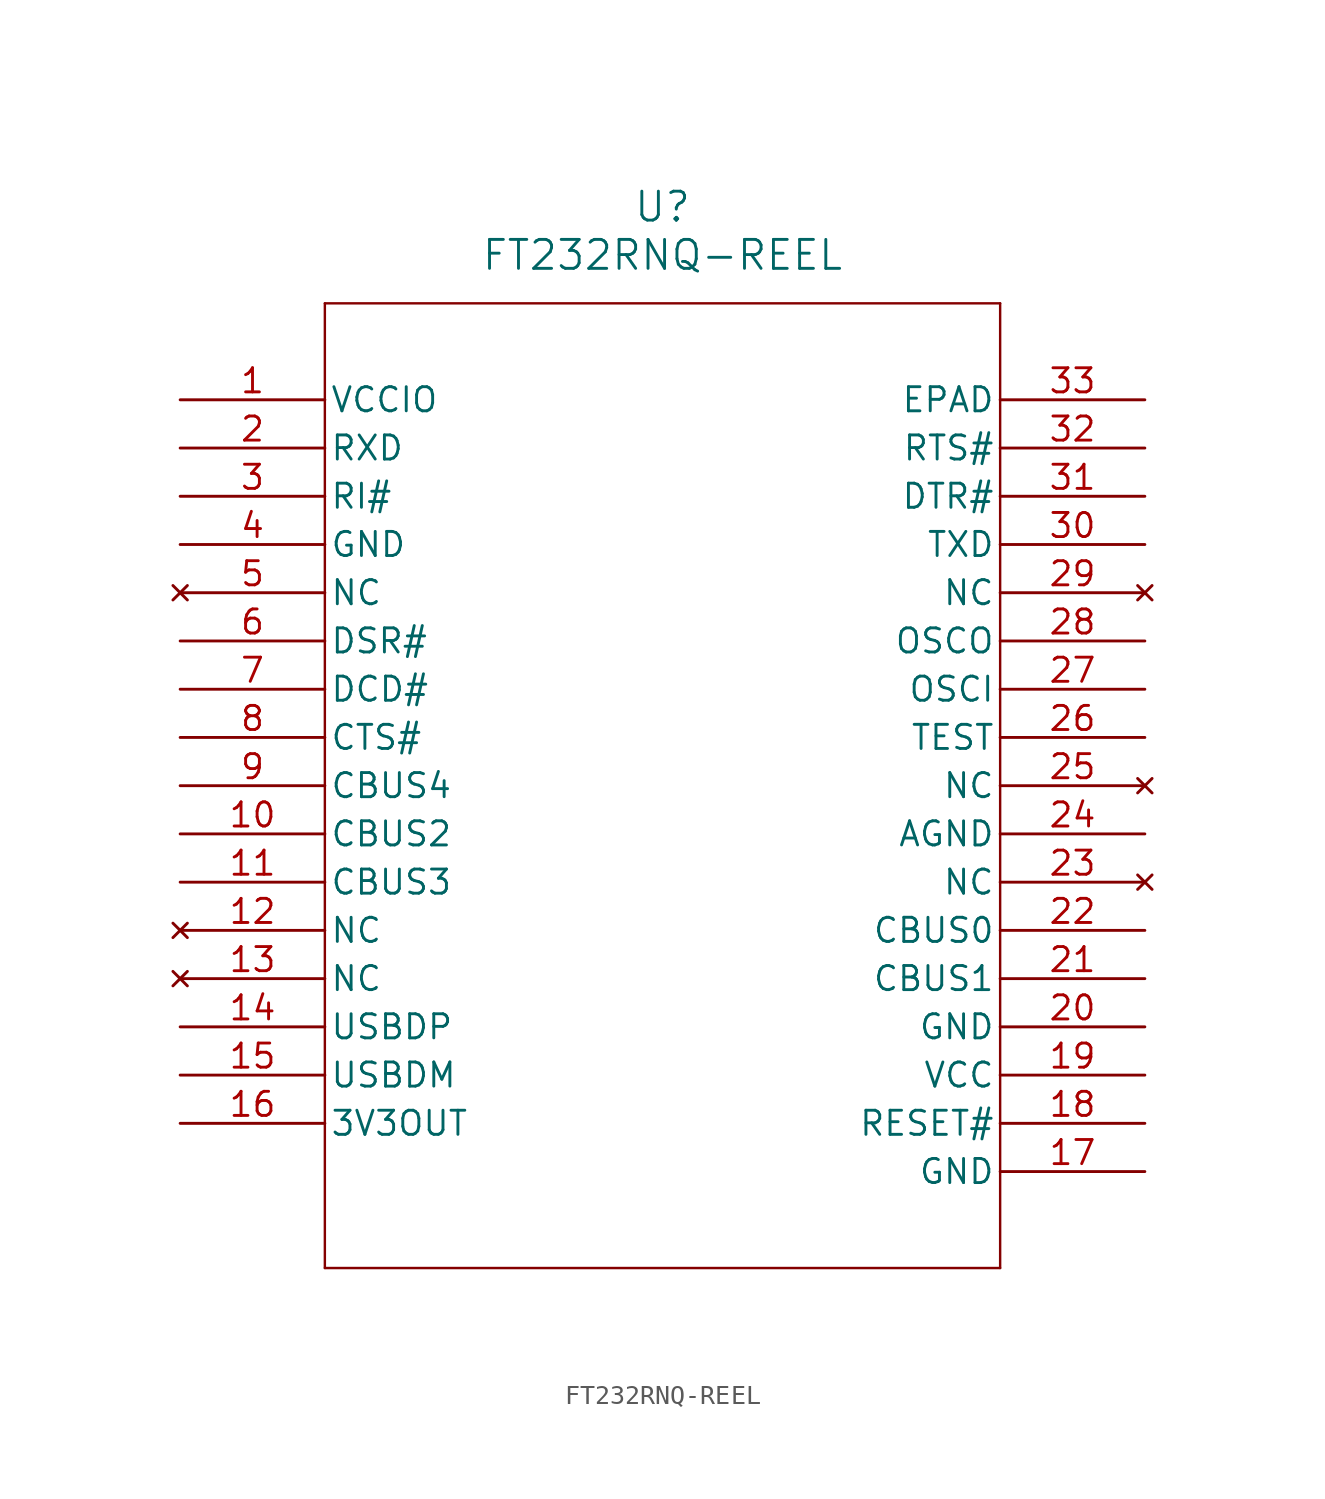
<source format=kicad_sym>
(kicad_symbol_lib
  (version 20211014)
  (generator kicad_symbol_editor)
  (symbol "FT232RNQ-REEL"
    (pin_names
      (offset 0.254))
    (property "Reference" "U"
      (at 25.4 10.16 0)
      (effects (font (size 1.524 1.524))))
    (property "Value" "FT232RNQ-REEL"
      (at 25.4 7.62 0)
      (effects (font (size 1.524 1.524))))
    (symbol "FT232RNQ-REEL_0_1"
      (polyline (pts (xy 7.62 5.08) (xy 7.62 -45.72)) (stroke (width 0.127) (type default) (color 0 0 0 0)) (fill (type none)))
      (polyline (pts (xy 7.62 -45.72) (xy 43.18 -45.72)) (stroke (width 0.127) (type default) (color 0 0 0 0)) (fill (type none)))
      (polyline (pts (xy 43.18 -45.72) (xy 43.18 5.08)) (stroke (width 0.127) (type default) (color 0 0 0 0)) (fill (type none)))
      (polyline (pts (xy 43.18 5.08) (xy 7.62 5.08)) (stroke (width 0.127) (type default) (color 0 0 0 0)) (fill (type none)))
      (pin power_in line (at 0 0 0) (length 7.62) (name "VCCIO" (effects (font (size 1.27 1.27)))) (number "1" (effects (font (size 1.27 1.27)))))
      (pin input line (at 0 -2.54 0) (length 7.62) (name "RXD" (effects (font (size 1.27 1.27)))) (number "2" (effects (font (size 1.27 1.27)))))
      (pin input line (at 0 -5.08 0) (length 7.62) (name "RI#" (effects (font (size 1.27 1.27)))) (number "3" (effects (font (size 1.27 1.27)))))
      (pin power_out line (at 0 -7.62 0) (length 7.62) (name "GND" (effects (font (size 1.27 1.27)))) (number "4" (effects (font (size 1.27 1.27)))))
      (pin no_connect line (at 0 -10.16 0) (length 7.62) (name "NC" (effects (font (size 1.27 1.27)))) (number "5" (effects (font (size 1.27 1.27)))))
      (pin input line (at 0 -12.7 0) (length 7.62) (name "DSR#" (effects (font (size 1.27 1.27)))) (number "6" (effects (font (size 1.27 1.27)))))
      (pin input line (at 0 -15.24 0) (length 7.62) (name "DCD#" (effects (font (size 1.27 1.27)))) (number "7" (effects (font (size 1.27 1.27)))))
      (pin input line (at 0 -17.78 0) (length 7.62) (name "CTS#" (effects (font (size 1.27 1.27)))) (number "8" (effects (font (size 1.27 1.27)))))
      (pin bidirectional line (at 0 -20.32 0) (length 7.62) (name "CBUS4" (effects (font (size 1.27 1.27)))) (number "9" (effects (font (size 1.27 1.27)))))
      (pin bidirectional line (at 0 -22.86 0) (length 7.62) (name "CBUS2" (effects (font (size 1.27 1.27)))) (number "10" (effects (font (size 1.27 1.27)))))
      (pin bidirectional line (at 0 -25.4 0) (length 7.62) (name "CBUS3" (effects (font (size 1.27 1.27)))) (number "11" (effects (font (size 1.27 1.27)))))
      (pin no_connect line (at 0 -27.94 0) (length 7.62) (name "NC" (effects (font (size 1.27 1.27)))) (number "12" (effects (font (size 1.27 1.27)))))
      (pin no_connect line (at 0 -30.48 0) (length 7.62) (name "NC" (effects (font (size 1.27 1.27)))) (number "13" (effects (font (size 1.27 1.27)))))
      (pin bidirectional line (at 0 -33.02 0) (length 7.62) (name "USBDP" (effects (font (size 1.27 1.27)))) (number "14" (effects (font (size 1.27 1.27)))))
      (pin bidirectional line (at 0 -35.56 0) (length 7.62) (name "USBDM" (effects (font (size 1.27 1.27)))) (number "15" (effects (font (size 1.27 1.27)))))
      (pin output line (at 0 -38.1 0) (length 7.62) (name "3V3OUT" (effects (font (size 1.27 1.27)))) (number "16" (effects (font (size 1.27 1.27)))))
      (pin power_out line (at 50.8 -40.64 180) (length 7.62) (name "GND" (effects (font (size 1.27 1.27)))) (number "17" (effects (font (size 1.27 1.27)))))
      (pin input line (at 50.8 -38.1 180) (length 7.62) (name "RESET#" (effects (font (size 1.27 1.27)))) (number "18" (effects (font (size 1.27 1.27)))))
      (pin power_in line (at 50.8 -35.56 180) (length 7.62) (name "VCC" (effects (font (size 1.27 1.27)))) (number "19" (effects (font (size 1.27 1.27)))))
      (pin power_out line (at 50.8 -33.02 180) (length 7.62) (name "GND" (effects (font (size 1.27 1.27)))) (number "20" (effects (font (size 1.27 1.27)))))
      (pin bidirectional line (at 50.8 -30.48 180) (length 7.62) (name "CBUS1" (effects (font (size 1.27 1.27)))) (number "21" (effects (font (size 1.27 1.27)))))
      (pin bidirectional line (at 50.8 -27.94 180) (length 7.62) (name "CBUS0" (effects (font (size 1.27 1.27)))) (number "22" (effects (font (size 1.27 1.27)))))
      (pin no_connect line (at 50.8 -25.4 180) (length 7.62) (name "NC" (effects (font (size 1.27 1.27)))) (number "23" (effects (font (size 1.27 1.27)))))
      (pin power_out line (at 50.8 -22.86 180) (length 7.62) (name "AGND" (effects (font (size 1.27 1.27)))) (number "24" (effects (font (size 1.27 1.27)))))
      (pin no_connect line (at 50.8 -20.32 180) (length 7.62) (name "NC" (effects (font (size 1.27 1.27)))) (number "25" (effects (font (size 1.27 1.27)))))
      (pin input line (at 50.8 -17.78 180) (length 7.62) (name "TEST" (effects (font (size 1.27 1.27)))) (number "26" (effects (font (size 1.27 1.27)))))
      (pin input line (at 50.8 -15.24 180) (length 7.62) (name "OSCI" (effects (font (size 1.27 1.27)))) (number "27" (effects (font (size 1.27 1.27)))))
      (pin output line (at 50.8 -12.7 180) (length 7.62) (name "OSCO" (effects (font (size 1.27 1.27)))) (number "28" (effects (font (size 1.27 1.27)))))
      (pin no_connect line (at 50.8 -10.16 180) (length 7.62) (name "NC" (effects (font (size 1.27 1.27)))) (number "29" (effects (font (size 1.27 1.27)))))
      (pin output line (at 50.8 -7.62 180) (length 7.62) (name "TXD" (effects (font (size 1.27 1.27)))) (number "30" (effects (font (size 1.27 1.27)))))
      (pin output line (at 50.8 -5.08 180) (length 7.62) (name "DTR#" (effects (font (size 1.27 1.27)))) (number "31" (effects (font (size 1.27 1.27)))))
      (pin output line (at 50.8 -2.54 180) (length 7.62) (name "RTS#" (effects (font (size 1.27 1.27)))) (number "32" (effects (font (size 1.27 1.27)))))
      (pin power_out line (at 50.8 0 180) (length 7.62) (name "EPAD" (effects (font (size 1.27 1.27)))) (number "33" (effects (font (size 1.27 1.27))))))))
</source>
